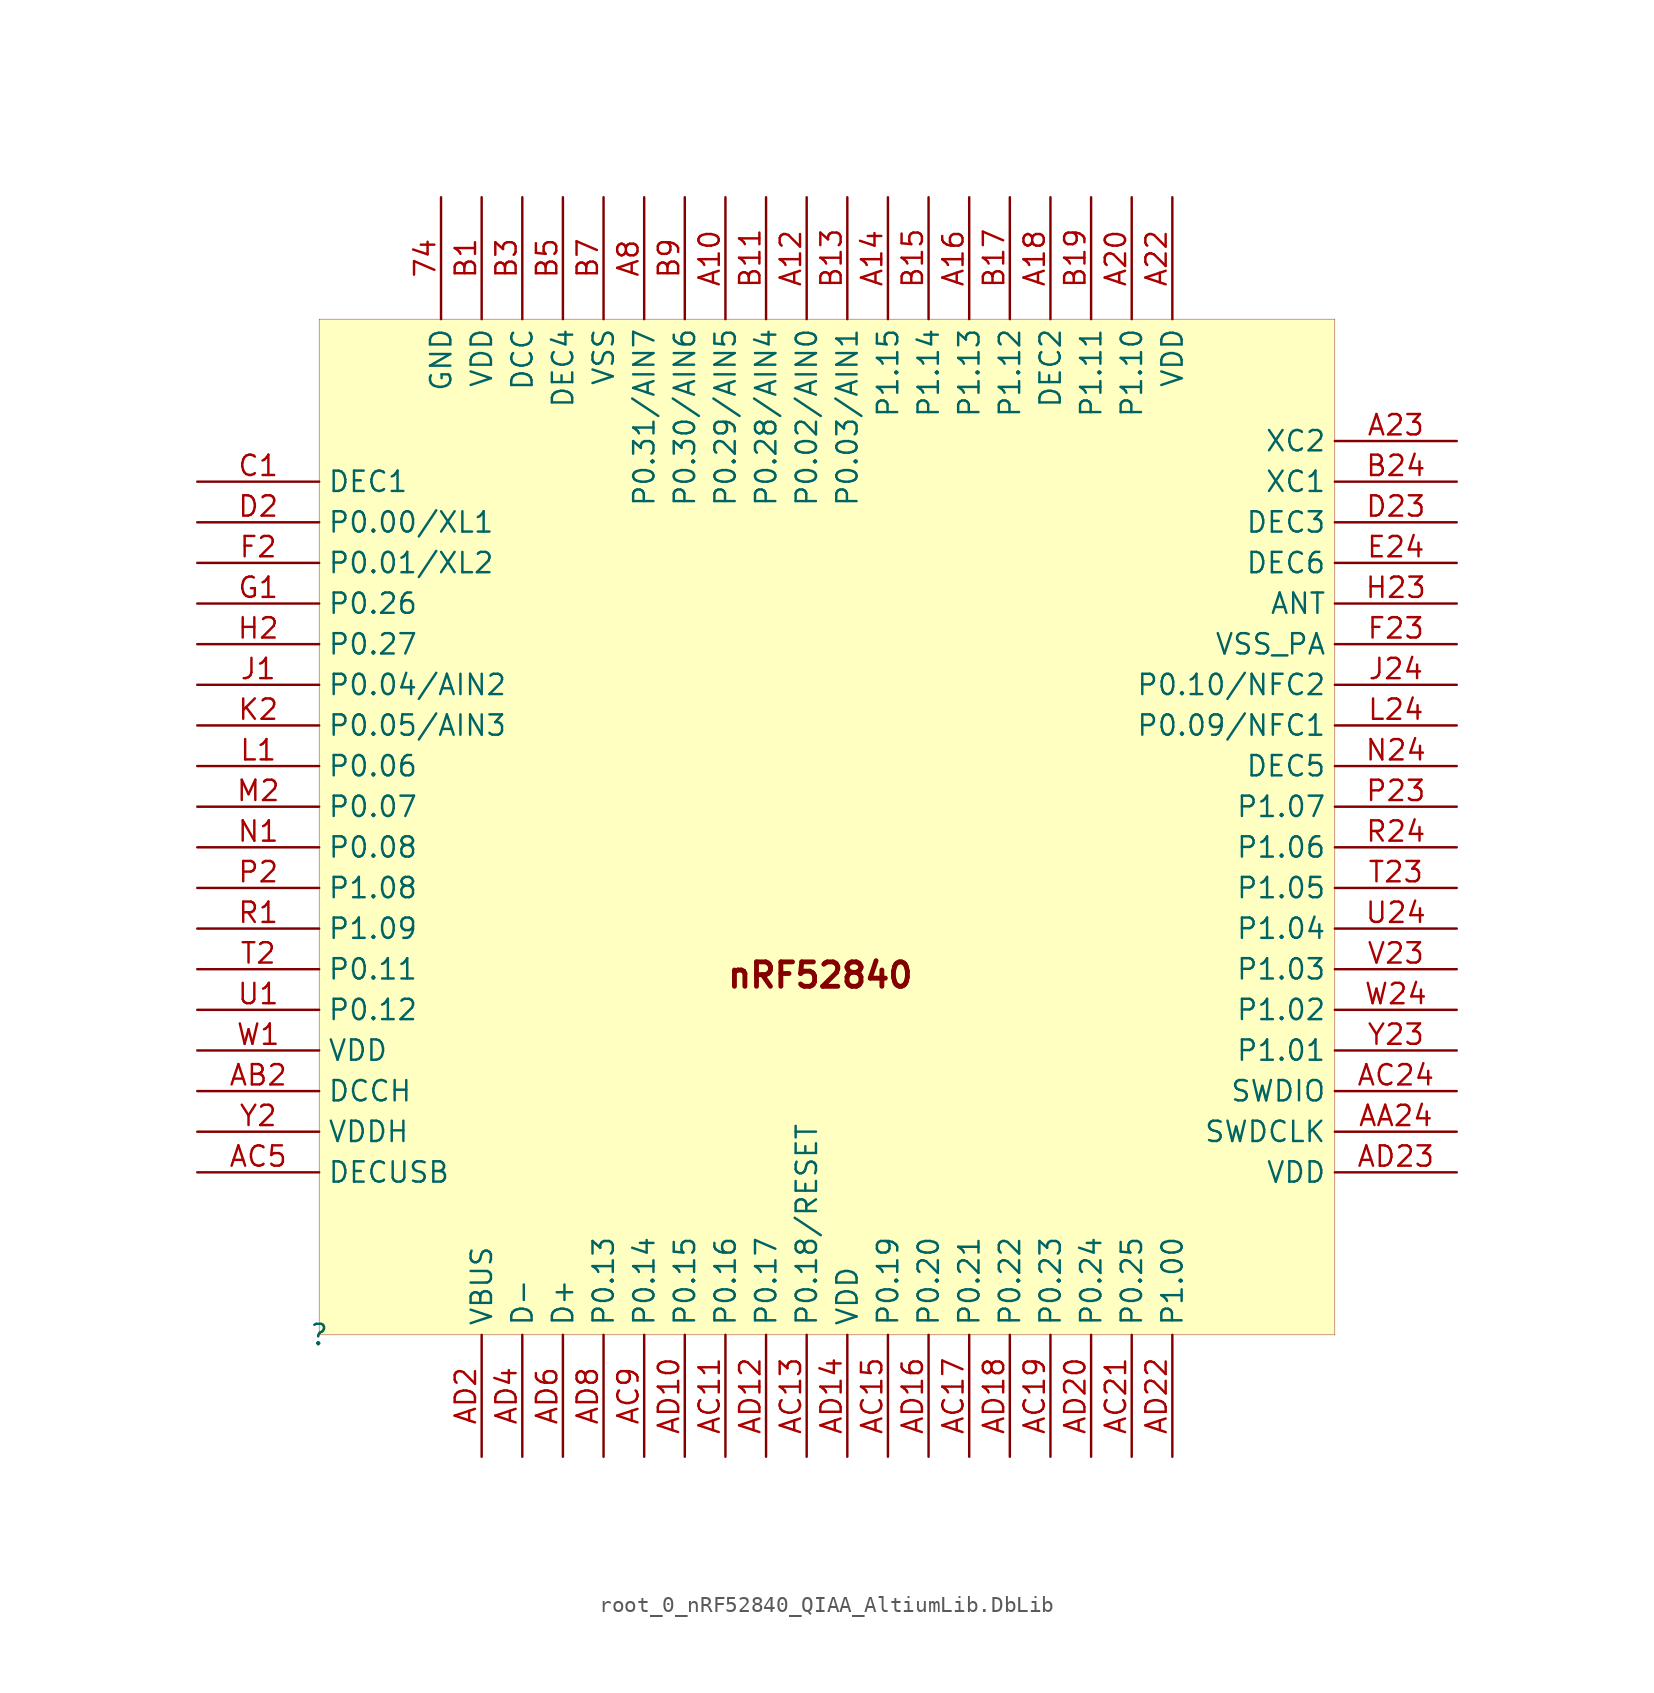
<source format=kicad_sym>
(kicad_symbol_lib
  (version 20241209)
  (generator "kicad_symbol_editor")
  (generator_version "9.0")
  (symbol "root_0_nRF52840_QIAA_AltiumLib.DbLib"
    (property "Reference" ""
      (at 0 0 0)
      (effects (font (size 1.27 1.27))))
    (property "Value" ""
      (at 0 0 0)
      (effects (font (size 1.27 1.27))))
    (symbol "root_0_nRF52840_QIAA_AltiumLib.DbLib_1_0"
      (rectangle (start 63.5 63.5) (end 0 0) (stroke (width 0.025) (type solid) (color 128 0 0 1)) (fill (type background)))
      (text "nRF52840" (at 25.4 21.59 0) (effects (font (size 1.524 1.524) (thickness 0.305) (bold yes)) (justify left bottom)))
      (pin power_in line (at -7.62 53.34 0) (length 7.62) (name "DEC1" (effects (font (size 1.27 1.27)))) (number "C1" (effects (font (size 1.27 1.27)))))
      (pin bidirectional line (at -7.62 50.8 0) (length 7.62) (name "P0.00/XL1" (effects (font (size 1.27 1.27)))) (number "D2" (effects (font (size 1.27 1.27)))))
      (pin bidirectional line (at -7.62 48.26 0) (length 7.62) (name "P0.01/XL2" (effects (font (size 1.27 1.27)))) (number "F2" (effects (font (size 1.27 1.27)))))
      (pin bidirectional line (at -7.62 45.72 0) (length 7.62) (name "P0.26" (effects (font (size 1.27 1.27)))) (number "G1" (effects (font (size 1.27 1.27)))))
      (pin bidirectional line (at -7.62 43.18 0) (length 7.62) (name "P0.27" (effects (font (size 1.27 1.27)))) (number "H2" (effects (font (size 1.27 1.27)))))
      (pin bidirectional line (at -7.62 40.64 0) (length 7.62) (name "P0.04/AIN2" (effects (font (size 1.27 1.27)))) (number "J1" (effects (font (size 1.27 1.27)))))
      (pin bidirectional line (at -7.62 38.1 0) (length 7.62) (name "P0.05/AIN3" (effects (font (size 1.27 1.27)))) (number "K2" (effects (font (size 1.27 1.27)))))
      (pin bidirectional line (at -7.62 35.56 0) (length 7.62) (name "P0.06" (effects (font (size 1.27 1.27)))) (number "L1" (effects (font (size 1.27 1.27)))))
      (pin bidirectional line (at -7.62 33.02 0) (length 7.62) (name "P0.07" (effects (font (size 1.27 1.27)))) (number "M2" (effects (font (size 1.27 1.27)))))
      (pin bidirectional line (at -7.62 30.48 0) (length 7.62) (name "P0.08" (effects (font (size 1.27 1.27)))) (number "N1" (effects (font (size 1.27 1.27)))))
      (pin bidirectional line (at -7.62 27.94 0) (length 7.62) (name "P1.08" (effects (font (size 1.27 1.27)))) (number "P2" (effects (font (size 1.27 1.27)))))
      (pin bidirectional line (at -7.62 25.4 0) (length 7.62) (name "P1.09" (effects (font (size 1.27 1.27)))) (number "R1" (effects (font (size 1.27 1.27)))))
      (pin bidirectional line (at -7.62 22.86 0) (length 7.62) (name "P0.11" (effects (font (size 1.27 1.27)))) (number "T2" (effects (font (size 1.27 1.27)))))
      (pin bidirectional line (at -7.62 20.32 0) (length 7.62) (name "P0.12" (effects (font (size 1.27 1.27)))) (number "U1" (effects (font (size 1.27 1.27)))))
      (pin power_in line (at -7.62 17.78 0) (length 7.62) (name "VDD" (effects (font (size 1.27 1.27)))) (number "W1" (effects (font (size 1.27 1.27)))))
      (pin power_in line (at -7.62 15.24 0) (length 7.62) (name "DCCH" (effects (font (size 1.27 1.27)))) (number "AB2" (effects (font (size 1.27 1.27)))))
      (pin power_in line (at -7.62 12.7 0) (length 7.62) (name "VDDH" (effects (font (size 1.27 1.27)))) (number "Y2" (effects (font (size 1.27 1.27)))))
      (pin power_in line (at -7.62 10.16 0) (length 7.62) (name "DECUSB" (effects (font (size 1.27 1.27)))) (number "AC5" (effects (font (size 1.27 1.27)))))
      (pin power_in line (at 7.62 71.12 270) (length 7.62) (name "GND" (effects (font (size 1.27 1.27)))) (number "74" (effects (font (size 1.27 1.27)))))
      (pin power_in line (at 10.16 71.12 270) (length 7.62) (name "VDD" (effects (font (size 1.27 1.27)))) (number "B1" (effects (font (size 1.27 1.27)))))
      (pin power_in line (at 10.16 -7.62 90) (length 7.62) (name "VBUS" (effects (font (size 1.27 1.27)))) (number "AD2" (effects (font (size 1.27 1.27)))))
      (pin output line (at 12.7 71.12 270) (length 7.62) (name "DCC" (effects (font (size 1.27 1.27)))) (number "B3" (effects (font (size 1.27 1.27)))))
      (pin bidirectional line (at 12.7 -7.62 90) (length 7.62) (name "D-" (effects (font (size 1.27 1.27)))) (number "AD4" (effects (font (size 1.27 1.27)))))
      (pin power_in line (at 15.24 71.12 270) (length 7.62) (name "DEC4" (effects (font (size 1.27 1.27)))) (number "B5" (effects (font (size 1.27 1.27)))))
      (pin bidirectional line (at 15.24 -7.62 90) (length 7.62) (name "D+" (effects (font (size 1.27 1.27)))) (number "AD6" (effects (font (size 1.27 1.27)))))
      (pin power_in line (at 17.78 71.12 270) (length 7.62) (name "VSS" (effects (font (size 1.27 1.27)))) (number "B7" (effects (font (size 1.27 1.27)))))
      (pin bidirectional line (at 17.78 -7.62 90) (length 7.62) (name "P0.13" (effects (font (size 1.27 1.27)))) (number "AD8" (effects (font (size 1.27 1.27)))))
      (pin bidirectional line (at 20.32 71.12 270) (length 7.62) (name "P0.31/AIN7" (effects (font (size 1.27 1.27)))) (number "A8" (effects (font (size 1.27 1.27)))))
      (pin bidirectional line (at 20.32 -7.62 90) (length 7.62) (name "P0.14" (effects (font (size 1.27 1.27)))) (number "AC9" (effects (font (size 1.27 1.27)))))
      (pin bidirectional line (at 22.86 71.12 270) (length 7.62) (name "P0.30/AIN6" (effects (font (size 1.27 1.27)))) (number "B9" (effects (font (size 1.27 1.27)))))
      (pin bidirectional line (at 22.86 -7.62 90) (length 7.62) (name "P0.15" (effects (font (size 1.27 1.27)))) (number "AD10" (effects (font (size 1.27 1.27)))))
      (pin bidirectional line (at 25.4 71.12 270) (length 7.62) (name "P0.29/AIN5" (effects (font (size 1.27 1.27)))) (number "A10" (effects (font (size 1.27 1.27)))))
      (pin bidirectional line (at 25.4 -7.62 90) (length 7.62) (name "P0.16" (effects (font (size 1.27 1.27)))) (number "AC11" (effects (font (size 1.27 1.27)))))
      (pin bidirectional line (at 27.94 71.12 270) (length 7.62) (name "P0.28/AIN4" (effects (font (size 1.27 1.27)))) (number "B11" (effects (font (size 1.27 1.27)))))
      (pin bidirectional line (at 27.94 -7.62 90) (length 7.62) (name "P0.17" (effects (font (size 1.27 1.27)))) (number "AD12" (effects (font (size 1.27 1.27)))))
      (pin bidirectional line (at 30.48 71.12 270) (length 7.62) (name "P0.02/AIN0" (effects (font (size 1.27 1.27)))) (number "A12" (effects (font (size 1.27 1.27)))))
      (pin bidirectional line (at 30.48 -7.62 90) (length 7.62) (name "P0.18/RESET" (effects (font (size 1.27 1.27)))) (number "AC13" (effects (font (size 1.27 1.27)))))
      (pin bidirectional line (at 33.02 71.12 270) (length 7.62) (name "P0.03/AIN1" (effects (font (size 1.27 1.27)))) (number "B13" (effects (font (size 1.27 1.27)))))
      (pin power_in line (at 33.02 -7.62 90) (length 7.62) (name "VDD" (effects (font (size 1.27 1.27)))) (number "AD14" (effects (font (size 1.27 1.27)))))
      (pin bidirectional line (at 35.56 71.12 270) (length 7.62) (name "P1.15" (effects (font (size 1.27 1.27)))) (number "A14" (effects (font (size 1.27 1.27)))))
      (pin bidirectional line (at 35.56 -7.62 90) (length 7.62) (name "P0.19" (effects (font (size 1.27 1.27)))) (number "AC15" (effects (font (size 1.27 1.27)))))
      (pin bidirectional line (at 38.1 71.12 270) (length 7.62) (name "P1.14" (effects (font (size 1.27 1.27)))) (number "B15" (effects (font (size 1.27 1.27)))))
      (pin bidirectional line (at 38.1 -7.62 90) (length 7.62) (name "P0.20" (effects (font (size 1.27 1.27)))) (number "AD16" (effects (font (size 1.27 1.27)))))
      (pin bidirectional line (at 40.64 71.12 270) (length 7.62) (name "P1.13" (effects (font (size 1.27 1.27)))) (number "A16" (effects (font (size 1.27 1.27)))))
      (pin bidirectional line (at 40.64 -7.62 90) (length 7.62) (name "P0.21" (effects (font (size 1.27 1.27)))) (number "AC17" (effects (font (size 1.27 1.27)))))
      (pin bidirectional line (at 43.18 71.12 270) (length 7.62) (name "P1.12" (effects (font (size 1.27 1.27)))) (number "B17" (effects (font (size 1.27 1.27)))))
      (pin bidirectional line (at 43.18 -7.62 90) (length 7.62) (name "P0.22" (effects (font (size 1.27 1.27)))) (number "AD18" (effects (font (size 1.27 1.27)))))
      (pin power_in line (at 45.72 71.12 270) (length 7.62) (name "DEC2" (effects (font (size 1.27 1.27)))) (number "A18" (effects (font (size 1.27 1.27)))))
      (pin bidirectional line (at 45.72 -7.62 90) (length 7.62) (name "P0.23" (effects (font (size 1.27 1.27)))) (number "AC19" (effects (font (size 1.27 1.27)))))
      (pin bidirectional line (at 48.26 71.12 270) (length 7.62) (name "P1.11" (effects (font (size 1.27 1.27)))) (number "B19" (effects (font (size 1.27 1.27)))))
      (pin bidirectional line (at 48.26 -7.62 90) (length 7.62) (name "P0.24" (effects (font (size 1.27 1.27)))) (number "AD20" (effects (font (size 1.27 1.27)))))
      (pin bidirectional line (at 50.8 71.12 270) (length 7.62) (name "P1.10" (effects (font (size 1.27 1.27)))) (number "A20" (effects (font (size 1.27 1.27)))))
      (pin bidirectional line (at 50.8 -7.62 90) (length 7.62) (name "P0.25" (effects (font (size 1.27 1.27)))) (number "AC21" (effects (font (size 1.27 1.27)))))
      (pin power_in line (at 53.34 71.12 270) (length 7.62) (name "VDD" (effects (font (size 1.27 1.27)))) (number "A22" (effects (font (size 1.27 1.27)))))
      (pin bidirectional line (at 53.34 -7.62 90) (length 7.62) (name "P1.00" (effects (font (size 1.27 1.27)))) (number "AD22" (effects (font (size 1.27 1.27)))))
      (pin output line (at 71.12 55.88 180) (length 7.62) (name "XC2" (effects (font (size 1.27 1.27)))) (number "A23" (effects (font (size 1.27 1.27)))))
      (pin input line (at 71.12 53.34 180) (length 7.62) (name "XC1" (effects (font (size 1.27 1.27)))) (number "B24" (effects (font (size 1.27 1.27)))))
      (pin power_in line (at 71.12 50.8 180) (length 7.62) (name "DEC3" (effects (font (size 1.27 1.27)))) (number "D23" (effects (font (size 1.27 1.27)))))
      (pin power_in line (at 71.12 48.26 180) (length 7.62) (name "DEC6" (effects (font (size 1.27 1.27)))) (number "E24" (effects (font (size 1.27 1.27)))))
      (pin bidirectional line (at 71.12 45.72 180) (length 7.62) (name "ANT" (effects (font (size 1.27 1.27)))) (number "H23" (effects (font (size 1.27 1.27)))))
      (pin power_in line (at 71.12 43.18 180) (length 7.62) (name "VSS_PA" (effects (font (size 1.27 1.27)))) (number "F23" (effects (font (size 1.27 1.27)))))
      (pin bidirectional line (at 71.12 40.64 180) (length 7.62) (name "P0.10/NFC2" (effects (font (size 1.27 1.27)))) (number "J24" (effects (font (size 1.27 1.27)))))
      (pin bidirectional line (at 71.12 38.1 180) (length 7.62) (name "P0.09/NFC1" (effects (font (size 1.27 1.27)))) (number "L24" (effects (font (size 1.27 1.27)))))
      (pin power_in line (at 71.12 35.56 180) (length 7.62) (name "DEC5" (effects (font (size 1.27 1.27)))) (number "N24" (effects (font (size 1.27 1.27)))))
      (pin bidirectional line (at 71.12 33.02 180) (length 7.62) (name "P1.07" (effects (font (size 1.27 1.27)))) (number "P23" (effects (font (size 1.27 1.27)))))
      (pin bidirectional line (at 71.12 30.48 180) (length 7.62) (name "P1.06" (effects (font (size 1.27 1.27)))) (number "R24" (effects (font (size 1.27 1.27)))))
      (pin bidirectional line (at 71.12 27.94 180) (length 7.62) (name "P1.05" (effects (font (size 1.27 1.27)))) (number "T23" (effects (font (size 1.27 1.27)))))
      (pin bidirectional line (at 71.12 25.4 180) (length 7.62) (name "P1.04" (effects (font (size 1.27 1.27)))) (number "U24" (effects (font (size 1.27 1.27)))))
      (pin bidirectional line (at 71.12 22.86 180) (length 7.62) (name "P1.03" (effects (font (size 1.27 1.27)))) (number "V23" (effects (font (size 1.27 1.27)))))
      (pin bidirectional line (at 71.12 20.32 180) (length 7.62) (name "P1.02" (effects (font (size 1.27 1.27)))) (number "W24" (effects (font (size 1.27 1.27)))))
      (pin bidirectional line (at 71.12 17.78 180) (length 7.62) (name "P1.01" (effects (font (size 1.27 1.27)))) (number "Y23" (effects (font (size 1.27 1.27)))))
      (pin bidirectional line (at 71.12 15.24 180) (length 7.62) (name "SWDIO" (effects (font (size 1.27 1.27)))) (number "AC24" (effects (font (size 1.27 1.27)))))
      (pin input line (at 71.12 12.7 180) (length 7.62) (name "SWDCLK" (effects (font (size 1.27 1.27)))) (number "AA24" (effects (font (size 1.27 1.27)))))
      (pin power_in line (at 71.12 10.16 180) (length 7.62) (name "VDD" (effects (font (size 1.27 1.27)))) (number "AD23" (effects (font (size 1.27 1.27))))))))
</source>
